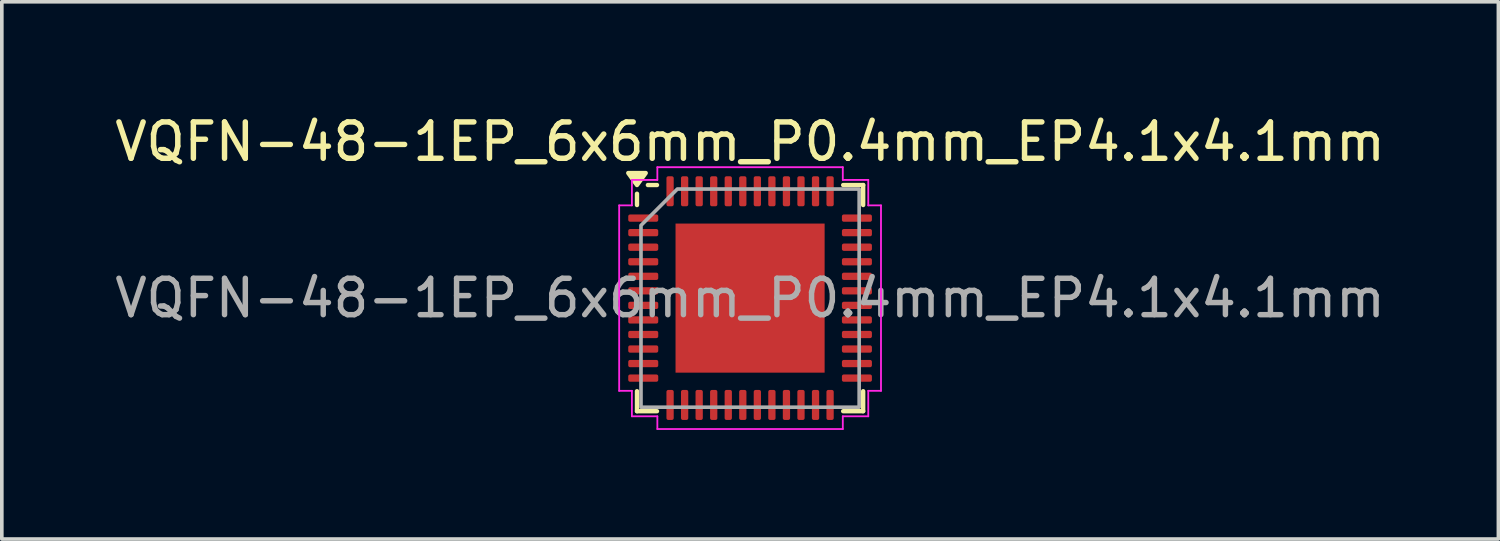
<source format=kicad_pcb>
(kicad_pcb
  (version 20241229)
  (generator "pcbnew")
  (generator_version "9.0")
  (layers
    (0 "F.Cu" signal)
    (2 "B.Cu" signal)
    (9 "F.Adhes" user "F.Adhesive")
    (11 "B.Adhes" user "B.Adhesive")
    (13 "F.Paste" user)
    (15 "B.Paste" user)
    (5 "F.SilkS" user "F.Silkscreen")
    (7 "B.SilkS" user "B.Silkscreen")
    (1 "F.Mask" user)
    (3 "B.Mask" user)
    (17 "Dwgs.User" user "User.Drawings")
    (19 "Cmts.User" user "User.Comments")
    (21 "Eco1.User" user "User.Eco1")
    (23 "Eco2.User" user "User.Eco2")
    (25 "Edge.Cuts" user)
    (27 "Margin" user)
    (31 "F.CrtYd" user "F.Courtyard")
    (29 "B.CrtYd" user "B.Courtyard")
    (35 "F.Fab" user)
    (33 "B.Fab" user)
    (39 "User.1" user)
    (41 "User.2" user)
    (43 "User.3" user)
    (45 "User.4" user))
  (footprint "VQFN-48-1EP_6x6mm_P0.4mm_EP4.1x4.1mm"
    (layer "F.Cu")
    (at 17.577 5.148)
    (property "Reference" "VQFN-48-1EP_6x6mm_P0.4mm_EP4.1x4.1mm" (at 0 -4.3 0) (layer "F.SilkS") (effects (font (size 1 1) (thickness 0.15))))
    (attr smd)
    (fp_line (start -3.11 -2.56) (end -3.11 -2.87) (stroke (width 0.12) (type solid)) (layer "F.SilkS"))
    (fp_line (start -3.11 3.11) (end -3.11 2.56) (stroke (width 0.12) (type solid)) (layer "F.SilkS"))
    (fp_line (start -2.56 -3.11) (end -2.81 -3.11) (stroke (width 0.12) (type solid)) (layer "F.SilkS"))
    (fp_line (start -2.56 3.11) (end -3.11 3.11) (stroke (width 0.12) (type solid)) (layer "F.SilkS"))
    (fp_line (start 2.56 -3.11) (end 3.11 -3.11) (stroke (width 0.12) (type solid)) (layer "F.SilkS"))
    (fp_line (start 2.56 3.11) (end 3.11 3.11) (stroke (width 0.12) (type solid)) (layer "F.SilkS"))
    (fp_line (start 3.11 -3.11) (end 3.11 -2.56) (stroke (width 0.12) (type solid)) (layer "F.SilkS"))
    (fp_line (start 3.11 3.11) (end 3.11 2.56) (stroke (width 0.12) (type solid)) (layer "F.SilkS"))
    (fp_poly (pts (xy -3.11 -3.11) (xy -3.35 -3.44) (xy -2.87 -3.44)) (stroke (width 0.12) (type solid)) (fill yes) (layer "F.SilkS"))
    (fp_line (start -3.6 -2.55) (end -3.25 -2.55) (stroke (width 0.05) (type solid)) (layer "F.CrtYd"))
    (fp_line (start -3.6 2.55) (end -3.6 -2.55) (stroke (width 0.05) (type solid)) (layer "F.CrtYd"))
    (fp_line (start -3.25 -3.25) (end -2.55 -3.25) (stroke (width 0.05) (type solid)) (layer "F.CrtYd"))
    (fp_line (start -3.25 -2.55) (end -3.25 -3.25) (stroke (width 0.05) (type solid)) (layer "F.CrtYd"))
    (fp_line (start -3.25 2.55) (end -3.6 2.55) (stroke (width 0.05) (type solid)) (layer "F.CrtYd"))
    (fp_line (start -3.25 3.25) (end -3.25 2.55) (stroke (width 0.05) (type solid)) (layer "F.CrtYd"))
    (fp_line (start -2.55 -3.6) (end 2.55 -3.6) (stroke (width 0.05) (type solid)) (layer "F.CrtYd"))
    (fp_line (start -2.55 -3.25) (end -2.55 -3.6) (stroke (width 0.05) (type solid)) (layer "F.CrtYd"))
    (fp_line (start -2.55 3.25) (end -3.25 3.25) (stroke (width 0.05) (type solid)) (layer "F.CrtYd"))
    (fp_line (start -2.55 3.6) (end -2.55 3.25) (stroke (width 0.05) (type solid)) (layer "F.CrtYd"))
    (fp_line (start 2.55 -3.6) (end 2.55 -3.25) (stroke (width 0.05) (type solid)) (layer "F.CrtYd"))
    (fp_line (start 2.55 -3.25) (end 3.25 -3.25) (stroke (width 0.05) (type solid)) (layer "F.CrtYd"))
    (fp_line (start 2.55 3.25) (end 2.55 3.6) (stroke (width 0.05) (type solid)) (layer "F.CrtYd"))
    (fp_line (start 2.55 3.6) (end -2.55 3.6) (stroke (width 0.05) (type solid)) (layer "F.CrtYd"))
    (fp_line (start 3.25 -3.25) (end 3.25 -2.55) (stroke (width 0.05) (type solid)) (layer "F.CrtYd"))
    (fp_line (start 3.25 -2.55) (end 3.6 -2.55) (stroke (width 0.05) (type solid)) (layer "F.CrtYd"))
    (fp_line (start 3.25 2.55) (end 3.25 3.25) (stroke (width 0.05) (type solid)) (layer "F.CrtYd"))
    (fp_line (start 3.25 3.25) (end 2.55 3.25) (stroke (width 0.05) (type solid)) (layer "F.CrtYd"))
    (fp_line (start 3.6 -2.55) (end 3.6 2.55) (stroke (width 0.05) (type solid)) (layer "F.CrtYd"))
    (fp_line (start 3.6 2.55) (end 3.25 2.55) (stroke (width 0.05) (type solid)) (layer "F.CrtYd"))
    (fp_poly (pts (xy -3 -2) (xy -3 3) (xy 3 3) (xy 3 -3) (xy -2 -3)) (stroke (width 0.1) (type solid)) (fill no) (layer "F.Fab"))
    (fp_text user "${REFERENCE}" (at 0 0 0) (layer "F.Fab") (effects (font (size 1 1) (thickness 0.15))))
    (pad "" smd roundrect (at -1.37 -1.37) (size 1.1 1.1) (layers "F.Paste") (roundrect_rratio 0.227))
    (pad "" smd roundrect (at -1.37 0) (size 1.1 1.1) (layers "F.Paste") (roundrect_rratio 0.227))
    (pad "" smd roundrect (at -1.37 1.37) (size 1.1 1.1) (layers "F.Paste") (roundrect_rratio 0.227))
    (pad "" smd roundrect (at 0 -1.37) (size 1.1 1.1) (layers "F.Paste") (roundrect_rratio 0.227))
    (pad "" smd roundrect (at 0 0) (size 1.1 1.1) (layers "F.Paste") (roundrect_rratio 0.227))
    (pad "" smd roundrect (at 0 1.37) (size 1.1 1.1) (layers "F.Paste") (roundrect_rratio 0.227))
    (pad "" smd roundrect (at 1.37 -1.37) (size 1.1 1.1) (layers "F.Paste") (roundrect_rratio 0.227))
    (pad "" smd roundrect (at 1.37 0) (size 1.1 1.1) (layers "F.Paste") (roundrect_rratio 0.227))
    (pad "" smd roundrect (at 1.37 1.37) (size 1.1 1.1) (layers "F.Paste") (roundrect_rratio 0.227))
    (pad "1" smd roundrect (at -2.938 -2.2) (size 0.825 0.2) (layers "F.Cu" "F.Mask" "F.Paste") (roundrect_rratio 0.25))
    (pad "2" smd roundrect (at -2.938 -1.8) (size 0.825 0.2) (layers "F.Cu" "F.Mask" "F.Paste") (roundrect_rratio 0.25))
    (pad "3" smd roundrect (at -2.938 -1.4) (size 0.825 0.2) (layers "F.Cu" "F.Mask" "F.Paste") (roundrect_rratio 0.25))
    (pad "4" smd roundrect (at -2.938 -1) (size 0.825 0.2) (layers "F.Cu" "F.Mask" "F.Paste") (roundrect_rratio 0.25))
    (pad "5" smd roundrect (at -2.938 -0.6) (size 0.825 0.2) (layers "F.Cu" "F.Mask" "F.Paste") (roundrect_rratio 0.25))
    (pad "6" smd roundrect (at -2.938 -0.2) (size 0.825 0.2) (layers "F.Cu" "F.Mask" "F.Paste") (roundrect_rratio 0.25))
    (pad "7" smd roundrect (at -2.938 0.2) (size 0.825 0.2) (layers "F.Cu" "F.Mask" "F.Paste") (roundrect_rratio 0.25))
    (pad "8" smd roundrect (at -2.938 0.6) (size 0.825 0.2) (layers "F.Cu" "F.Mask" "F.Paste") (roundrect_rratio 0.25))
    (pad "9" smd roundrect (at -2.938 1) (size 0.825 0.2) (layers "F.Cu" "F.Mask" "F.Paste") (roundrect_rratio 0.25))
    (pad "10" smd roundrect (at -2.938 1.4) (size 0.825 0.2) (layers "F.Cu" "F.Mask" "F.Paste") (roundrect_rratio 0.25))
    (pad "11" smd roundrect (at -2.938 1.8) (size 0.825 0.2) (layers "F.Cu" "F.Mask" "F.Paste") (roundrect_rratio 0.25))
    (pad "12" smd roundrect (at -2.938 2.2) (size 0.825 0.2) (layers "F.Cu" "F.Mask" "F.Paste") (roundrect_rratio 0.25))
    (pad "13" smd roundrect (at -2.2 2.938) (size 0.2 0.825) (layers "F.Cu" "F.Mask" "F.Paste") (roundrect_rratio 0.25))
    (pad "14" smd roundrect (at -1.8 2.938) (size 0.2 0.825) (layers "F.Cu" "F.Mask" "F.Paste") (roundrect_rratio 0.25))
    (pad "15" smd roundrect (at -1.4 2.938) (size 0.2 0.825) (layers "F.Cu" "F.Mask" "F.Paste") (roundrect_rratio 0.25))
    (pad "16" smd roundrect (at -1 2.938) (size 0.2 0.825) (layers "F.Cu" "F.Mask" "F.Paste") (roundrect_rratio 0.25))
    (pad "17" smd roundrect (at -0.6 2.938) (size 0.2 0.825) (layers "F.Cu" "F.Mask" "F.Paste") (roundrect_rratio 0.25))
    (pad "18" smd roundrect (at -0.2 2.938) (size 0.2 0.825) (layers "F.Cu" "F.Mask" "F.Paste") (roundrect_rratio 0.25))
    (pad "19" smd roundrect (at 0.2 2.938) (size 0.2 0.825) (layers "F.Cu" "F.Mask" "F.Paste") (roundrect_rratio 0.25))
    (pad "20" smd roundrect (at 0.6 2.938) (size 0.2 0.825) (layers "F.Cu" "F.Mask" "F.Paste") (roundrect_rratio 0.25))
    (pad "21" smd roundrect (at 1 2.938) (size 0.2 0.825) (layers "F.Cu" "F.Mask" "F.Paste") (roundrect_rratio 0.25))
    (pad "22" smd roundrect (at 1.4 2.938) (size 0.2 0.825) (layers "F.Cu" "F.Mask" "F.Paste") (roundrect_rratio 0.25))
    (pad "23" smd roundrect (at 1.8 2.938) (size 0.2 0.825) (layers "F.Cu" "F.Mask" "F.Paste") (roundrect_rratio 0.25))
    (pad "24" smd roundrect (at 2.2 2.938) (size 0.2 0.825) (layers "F.Cu" "F.Mask" "F.Paste") (roundrect_rratio 0.25))
    (pad "25" smd roundrect (at 2.938 2.2) (size 0.825 0.2) (layers "F.Cu" "F.Mask" "F.Paste") (roundrect_rratio 0.25))
    (pad "26" smd roundrect (at 2.938 1.8) (size 0.825 0.2) (layers "F.Cu" "F.Mask" "F.Paste") (roundrect_rratio 0.25))
    (pad "27" smd roundrect (at 2.938 1.4) (size 0.825 0.2) (layers "F.Cu" "F.Mask" "F.Paste") (roundrect_rratio 0.25))
    (pad "28" smd roundrect (at 2.938 1) (size 0.825 0.2) (layers "F.Cu" "F.Mask" "F.Paste") (roundrect_rratio 0.25))
    (pad "29" smd roundrect (at 2.938 0.6) (size 0.825 0.2) (layers "F.Cu" "F.Mask" "F.Paste") (roundrect_rratio 0.25))
    (pad "30" smd roundrect (at 2.938 0.2) (size 0.825 0.2) (layers "F.Cu" "F.Mask" "F.Paste") (roundrect_rratio 0.25))
    (pad "31" smd roundrect (at 2.938 -0.2) (size 0.825 0.2) (layers "F.Cu" "F.Mask" "F.Paste") (roundrect_rratio 0.25))
    (pad "32" smd roundrect (at 2.938 -0.6) (size 0.825 0.2) (layers "F.Cu" "F.Mask" "F.Paste") (roundrect_rratio 0.25))
    (pad "33" smd roundrect (at 2.938 -1) (size 0.825 0.2) (layers "F.Cu" "F.Mask" "F.Paste") (roundrect_rratio 0.25))
    (pad "34" smd roundrect (at 2.938 -1.4) (size 0.825 0.2) (layers "F.Cu" "F.Mask" "F.Paste") (roundrect_rratio 0.25))
    (pad "35" smd roundrect (at 2.938 -1.8) (size 0.825 0.2) (layers "F.Cu" "F.Mask" "F.Paste") (roundrect_rratio 0.25))
    (pad "36" smd roundrect (at 2.938 -2.2) (size 0.825 0.2) (layers "F.Cu" "F.Mask" "F.Paste") (roundrect_rratio 0.25))
    (pad "37" smd roundrect (at 2.2 -2.938) (size 0.2 0.825) (layers "F.Cu" "F.Mask" "F.Paste") (roundrect_rratio 0.25))
    (pad "38" smd roundrect (at 1.8 -2.938) (size 0.2 0.825) (layers "F.Cu" "F.Mask" "F.Paste") (roundrect_rratio 0.25))
    (pad "39" smd roundrect (at 1.4 -2.938) (size 0.2 0.825) (layers "F.Cu" "F.Mask" "F.Paste") (roundrect_rratio 0.25))
    (pad "40" smd roundrect (at 1 -2.938) (size 0.2 0.825) (layers "F.Cu" "F.Mask" "F.Paste") (roundrect_rratio 0.25))
    (pad "41" smd roundrect (at 0.6 -2.938) (size 0.2 0.825) (layers "F.Cu" "F.Mask" "F.Paste") (roundrect_rratio 0.25))
    (pad "42" smd roundrect (at 0.2 -2.938) (size 0.2 0.825) (layers "F.Cu" "F.Mask" "F.Paste") (roundrect_rratio 0.25))
    (pad "43" smd roundrect (at -0.2 -2.938) (size 0.2 0.825) (layers "F.Cu" "F.Mask" "F.Paste") (roundrect_rratio 0.25))
    (pad "44" smd roundrect (at -0.6 -2.938) (size 0.2 0.825) (layers "F.Cu" "F.Mask" "F.Paste") (roundrect_rratio 0.25))
    (pad "45" smd roundrect (at -1 -2.938) (size 0.2 0.825) (layers "F.Cu" "F.Mask" "F.Paste") (roundrect_rratio 0.25))
    (pad "46" smd roundrect (at -1.4 -2.938) (size 0.2 0.825) (layers "F.Cu" "F.Mask" "F.Paste") (roundrect_rratio 0.25))
    (pad "47" smd roundrect (at -1.8 -2.938) (size 0.2 0.825) (layers "F.Cu" "F.Mask" "F.Paste") (roundrect_rratio 0.25))
    (pad "48" smd roundrect (at -2.2 -2.938) (size 0.2 0.825) (layers "F.Cu" "F.Mask" "F.Paste") (roundrect_rratio 0.25))
    (pad "49" smd rect (at 0 0) (size 4.1 4.1) (property pad_prop_heatsink) (layers "F.Cu" "F.Mask")))
  (gr_rect
    (start -3 -3)
    (end 38.155 11.773)
    (stroke (width 0.1) (type default))
    (fill no)
    (layer "Edge.Cuts")))
</source>
